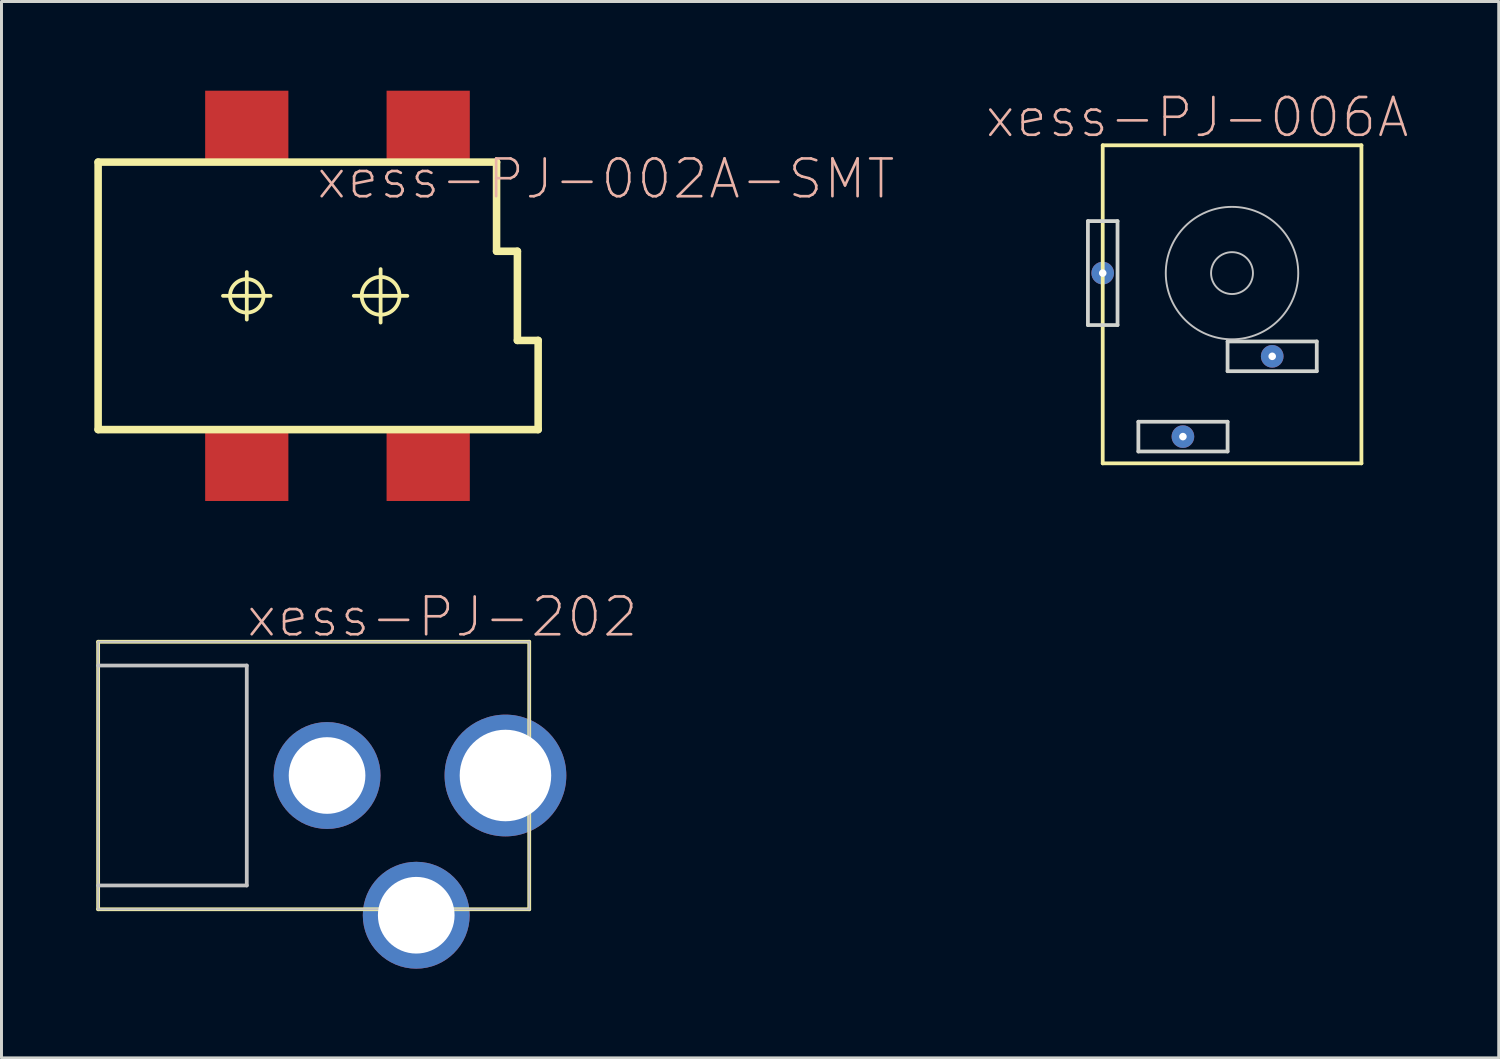
<source format=kicad_pcb>
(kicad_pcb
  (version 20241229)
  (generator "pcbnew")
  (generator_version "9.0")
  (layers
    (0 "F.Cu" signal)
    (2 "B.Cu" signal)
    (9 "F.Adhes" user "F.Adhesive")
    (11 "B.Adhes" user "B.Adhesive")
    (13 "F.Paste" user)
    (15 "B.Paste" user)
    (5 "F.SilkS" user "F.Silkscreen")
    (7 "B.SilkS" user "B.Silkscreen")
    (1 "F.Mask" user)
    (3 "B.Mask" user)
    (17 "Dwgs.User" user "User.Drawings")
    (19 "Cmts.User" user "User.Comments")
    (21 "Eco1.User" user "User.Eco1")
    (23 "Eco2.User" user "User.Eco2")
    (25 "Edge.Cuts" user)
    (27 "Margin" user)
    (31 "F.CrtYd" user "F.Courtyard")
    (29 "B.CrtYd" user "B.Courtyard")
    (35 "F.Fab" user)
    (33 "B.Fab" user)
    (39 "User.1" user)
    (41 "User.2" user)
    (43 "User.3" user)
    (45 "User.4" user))
  (footprint "xess-PJ-002A-SMT"
    (layer "F.Cu")
    (at 0.25 6.899)
    (property "Reference" "xess-PJ-002A-SMT" (at 17.074 -3.934 0) (layer "B.SilkS") (effects (font (size 1.27 1.27) (thickness 0.089))))
    (attr smd)
    (fp_line (start 0 -4.498) (end 0 4.498) (stroke (width 0.254) (type solid)) (layer "F.SilkS"))
    (fp_line (start 0 4.498) (end 14.798 4.498) (stroke (width 0.254) (type solid)) (layer "F.SilkS"))
    (fp_line (start 4.199 0) (end 5.799 0) (stroke (width 0.127) (type solid)) (layer "F.SilkS"))
    (fp_line (start 4.999 0.798) (end 4.999 -0.798) (stroke (width 0.127) (type solid)) (layer "F.SilkS"))
    (fp_line (start 8.598 0) (end 10.399 0) (stroke (width 0.127) (type solid)) (layer "F.SilkS"))
    (fp_line (start 9.5 0.899) (end 9.5 -0.899) (stroke (width 0.127) (type solid)) (layer "F.SilkS"))
    (fp_line (start 13.399 -4.498) (end 0 -4.498) (stroke (width 0.254) (type solid)) (layer "F.SilkS"))
    (fp_line (start 13.399 -1.499) (end 13.399 -4.498) (stroke (width 0.254) (type solid)) (layer "F.SilkS"))
    (fp_line (start 14.1 -1.499) (end 13.399 -1.499) (stroke (width 0.254) (type solid)) (layer "F.SilkS"))
    (fp_line (start 14.1 1.499) (end 14.1 -1.499) (stroke (width 0.254) (type solid)) (layer "F.SilkS"))
    (fp_line (start 14.798 1.499) (end 14.1 1.499) (stroke (width 0.254) (type solid)) (layer "F.SilkS"))
    (fp_line (start 14.798 4.498) (end 14.798 1.499) (stroke (width 0.254) (type solid)) (layer "F.SilkS"))
    (fp_circle (center 4.999 0) (end 5.397 0.399) (stroke (width 0.127) (type solid)) (fill no) (layer "F.SilkS"))
    (fp_circle (center 9.5 0) (end 9.949 0.45) (stroke (width 0.127) (type solid)) (fill no) (layer "F.SilkS"))
    (pad "1A" smd rect (at 4.999 -5.7) (size 2.799 2.398) (layers "F.Cu" "F.Mask" "F.Paste"))
    (pad "1B" smd rect (at 11.1 -5.7) (size 2.799 2.398) (layers "F.Cu" "F.Mask" "F.Paste"))
    (pad "2" smd rect (at 4.999 5.7) (size 2.799 2.398) (layers "F.Cu" "F.Mask" "F.Paste"))
    (pad "3" smd rect (at 11.1 5.7) (size 2.799 2.398) (layers "F.Cu" "F.Mask" "F.Paste")))
  (footprint "xess-PJ-006A"
    (layer "F.Cu")
    (at 34.034 6.134)
    (property "Reference" "xess-PJ-006A" (at 3.175 -5.235 0) (layer "B.SilkS") (effects (font (size 1.27 1.27) (thickness 0.089))))
    (attr exclude_from_pos_files exclude_from_bom)
    (fp_line (start 0 -4.298) (end 0 6.398) (stroke (width 0.127) (type solid)) (layer "F.SilkS"))
    (fp_line (start 0 6.398) (end 8.7 6.398) (stroke (width 0.127) (type solid)) (layer "F.SilkS"))
    (fp_line (start 8.7 -4.298) (end 0 -4.298) (stroke (width 0.127) (type solid)) (layer "F.SilkS"))
    (fp_line (start 8.7 6.398) (end 8.7 -4.298) (stroke (width 0.127) (type solid)) (layer "F.SilkS"))
    (fp_circle (center 4.348 0) (end 4.846 0.498) (stroke (width 0.064) (type solid)) (fill no) (layer "Dwgs.User"))
    (fp_circle (center 4.348 0) (end 5.923 1.575) (stroke (width 0.064) (type solid)) (fill no) (layer "Dwgs.User"))
    (fp_line (start -0.498 -1.748) (end -0.498 1.748) (stroke (width 0.127) (type solid)) (layer "Edge.Cuts"))
    (fp_line (start -0.498 1.748) (end 0.498 1.748) (stroke (width 0.127) (type solid)) (layer "Edge.Cuts"))
    (fp_line (start 0.498 -1.748) (end -0.498 -1.748) (stroke (width 0.127) (type solid)) (layer "Edge.Cuts"))
    (fp_line (start 0.498 1.748) (end 0.498 -1.748) (stroke (width 0.127) (type solid)) (layer "Edge.Cuts"))
    (fp_line (start 1.199 4.999) (end 1.199 5.999) (stroke (width 0.127) (type solid)) (layer "Edge.Cuts"))
    (fp_line (start 1.199 5.999) (end 4.199 5.999) (stroke (width 0.127) (type solid)) (layer "Edge.Cuts"))
    (fp_line (start 4.199 2.299) (end 4.199 3.299) (stroke (width 0.127) (type solid)) (layer "Edge.Cuts"))
    (fp_line (start 4.199 3.299) (end 7.198 3.299) (stroke (width 0.127) (type solid)) (layer "Edge.Cuts"))
    (fp_line (start 4.199 4.999) (end 1.199 4.999) (stroke (width 0.127) (type solid)) (layer "Edge.Cuts"))
    (fp_line (start 4.199 5.999) (end 4.199 4.999) (stroke (width 0.127) (type solid)) (layer "Edge.Cuts"))
    (fp_line (start 7.198 2.299) (end 4.199 2.299) (stroke (width 0.127) (type solid)) (layer "Edge.Cuts"))
    (fp_line (start 7.198 3.299) (end 7.198 2.299) (stroke (width 0.127) (type solid)) (layer "Edge.Cuts"))
    (pad "1" thru_hole circle (at 0 0) (size 0.762 0.762) (drill 0.254) (layers "*.Cu" "*.Mask"))
    (pad "2" thru_hole circle (at 2.697 5.499) (size 0.762 0.762) (drill 0.254) (layers "*.Cu" "*.Mask"))
    (pad "3" thru_hole circle (at 5.7 2.799) (size 0.762 0.762) (drill 0.254) (layers "*.Cu" "*.Mask")))
  (footprint "xess-PJ-202"
    (layer "F.Cu")
    (at 0.25 23.03)
    (property "Reference" "xess-PJ-202" (at 11.575 -5.334 0) (layer "B.SilkS") (effects (font (size 1.27 1.27) (thickness 0.089))))
    (attr exclude_from_pos_files exclude_from_bom)
    (fp_line (start 0 -4.498) (end 0 4.498) (stroke (width 0.127) (type solid)) (layer "F.SilkS"))
    (fp_line (start 0 4.498) (end 14.498 4.498) (stroke (width 0.127) (type solid)) (layer "F.SilkS"))
    (fp_line (start 14.498 -4.498) (end 0 -4.498) (stroke (width 0.127) (type solid)) (layer "F.SilkS"))
    (fp_line (start 14.498 4.498) (end 14.498 -4.498) (stroke (width 0.127) (type solid)) (layer "F.SilkS"))
    (fp_line (start 0 -4.498) (end 14.498 -4.498) (stroke (width 0.066) (type solid)) (layer "Dwgs.User"))
    (fp_line (start 0 -3.698) (end 4.999 -3.698) (stroke (width 0.127) (type solid)) (layer "Dwgs.User"))
    (fp_line (start 0 4.498) (end 0 -4.498) (stroke (width 0.066) (type solid)) (layer "Dwgs.User"))
    (fp_line (start 0 4.498) (end 14.498 4.498) (stroke (width 0.066) (type solid)) (layer "Dwgs.User"))
    (fp_line (start 4.999 -3.698) (end 4.999 3.698) (stroke (width 0.127) (type solid)) (layer "Dwgs.User"))
    (fp_line (start 4.999 3.698) (end 0 3.698) (stroke (width 0.127) (type solid)) (layer "Dwgs.User"))
    (fp_line (start 14.498 4.498) (end 14.498 -4.498) (stroke (width 0.066) (type solid)) (layer "Dwgs.User"))
    (pad "1" thru_hole circle (at 13.698 0) (size 4.094 4.094) (drill 3.078) (layers "*.Cu" "*.Mask"))
    (pad "2" thru_hole circle (at 7.699 0) (size 3.594 3.594) (drill 2.578) (layers "*.Cu" "*.Mask"))
    (pad "3" thru_hole circle (at 10.698 4.699) (size 3.594 3.594) (drill 2.578) (layers "*.Cu" "*.Mask")))
  (gr_rect
    (start -3 -3)
    (end 47.352 32.526)
    (stroke (width 0.1) (type default))
    (fill no)
    (layer "Edge.Cuts")))
</source>
